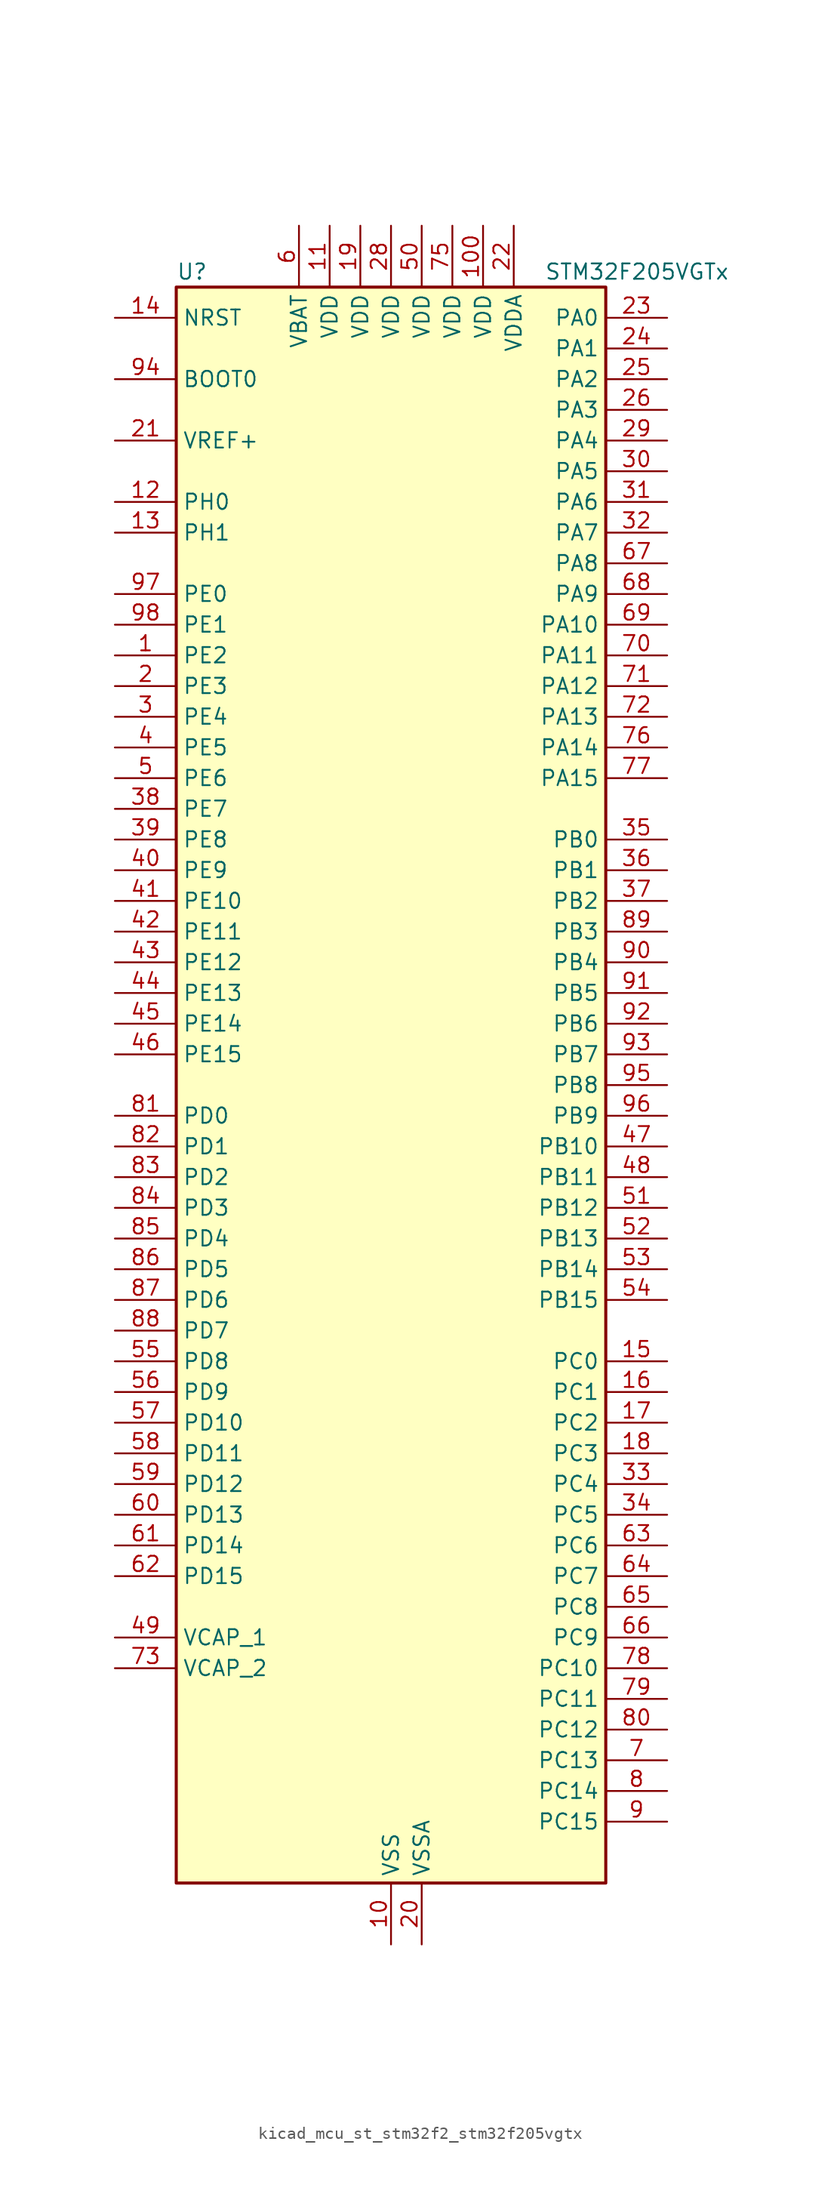
<source format=kicad_sym>
(kicad_symbol_lib
  (version 20220914)
  (generator kicad_symbol_editor)
  (symbol "kicad_mcu_st_stm32f2_stm32f205vgtx"
    (property "Reference" "U"
      (at -17.78 67.31 0)
      (effects (font (size 1.27 1.27)) (justify left)))
    (property "Value" "STM32F205VGTx"
      (at 12.7 67.31 0)
      (effects (font (size 1.27 1.27)) (justify left)))
    (property "ki_locked" ""
      (at 0 0 0)
      (effects (font (size 1.27 1.27))))
    (symbol "kicad_mcu_st_stm32f2_stm32f205vgtx_0_1"
      (rectangle (start -17.78 -66.04) (end 17.78 66.04) (stroke (width 0.254) (type default)) (fill (type background))))
    (symbol "kicad_mcu_st_stm32f2_stm32f205vgtx_1_1"
      (pin bidirectional line (at -22.86 35.56 0) (length 5.08) (name "PE2" (effects (font (size 1.27 1.27)))) (number "1" (effects (font (size 1.27 1.27)))) (alternate "FSMC_A23" bidirectional line) (alternate "SYS_TRACECLK" bidirectional line))
      (pin power_in line (at 0 -71.12 90) (length 5.08) (name "VSS" (effects (font (size 1.27 1.27)))) (number "10" (effects (font (size 1.27 1.27)))))
      (pin power_in line (at 7.62 71.12 270) (length 5.08) (name "VDD" (effects (font (size 1.27 1.27)))) (number "100" (effects (font (size 1.27 1.27)))))
      (pin power_in line (at -5.08 71.12 270) (length 5.08) (name "VDD" (effects (font (size 1.27 1.27)))) (number "11" (effects (font (size 1.27 1.27)))))
      (pin bidirectional line (at -22.86 48.26 0) (length 5.08) (name "PH0" (effects (font (size 1.27 1.27)))) (number "12" (effects (font (size 1.27 1.27)))) (alternate "RCC_OSC_IN" bidirectional line))
      (pin bidirectional line (at -22.86 45.72 0) (length 5.08) (name "PH1" (effects (font (size 1.27 1.27)))) (number "13" (effects (font (size 1.27 1.27)))) (alternate "RCC_OSC_OUT" bidirectional line))
      (pin input line (at -22.86 63.5 0) (length 5.08) (name "NRST" (effects (font (size 1.27 1.27)))) (number "14" (effects (font (size 1.27 1.27)))))
      (pin bidirectional line (at 22.86 -22.86 180) (length 5.08) (name "PC0" (effects (font (size 1.27 1.27)))) (number "15" (effects (font (size 1.27 1.27)))) (alternate "ADC1_IN10" bidirectional line) (alternate "ADC2_IN10" bidirectional line) (alternate "ADC3_IN10" bidirectional line) (alternate "USB_OTG_HS_ULPI_STP" bidirectional line))
      (pin bidirectional line (at 22.86 -25.4 180) (length 5.08) (name "PC1" (effects (font (size 1.27 1.27)))) (number "16" (effects (font (size 1.27 1.27)))) (alternate "ADC1_IN11" bidirectional line) (alternate "ADC2_IN11" bidirectional line) (alternate "ADC3_IN11" bidirectional line))
      (pin bidirectional line (at 22.86 -27.94 180) (length 5.08) (name "PC2" (effects (font (size 1.27 1.27)))) (number "17" (effects (font (size 1.27 1.27)))) (alternate "ADC1_IN12" bidirectional line) (alternate "ADC2_IN12" bidirectional line) (alternate "ADC3_IN12" bidirectional line) (alternate "SPI2_MISO" bidirectional line) (alternate "USB_OTG_HS_ULPI_DIR" bidirectional line))
      (pin bidirectional line (at 22.86 -30.48 180) (length 5.08) (name "PC3" (effects (font (size 1.27 1.27)))) (number "18" (effects (font (size 1.27 1.27)))) (alternate "ADC1_IN13" bidirectional line) (alternate "ADC2_IN13" bidirectional line) (alternate "ADC3_IN13" bidirectional line) (alternate "I2S2_SD" bidirectional line) (alternate "SPI2_MOSI" bidirectional line) (alternate "USB_OTG_HS_ULPI_NXT" bidirectional line))
      (pin power_in line (at -2.54 71.12 270) (length 5.08) (name "VDD" (effects (font (size 1.27 1.27)))) (number "19" (effects (font (size 1.27 1.27)))))
      (pin bidirectional line (at -22.86 33.02 0) (length 5.08) (name "PE3" (effects (font (size 1.27 1.27)))) (number "2" (effects (font (size 1.27 1.27)))) (alternate "FSMC_A19" bidirectional line) (alternate "SYS_TRACED0" bidirectional line))
      (pin power_in line (at 2.54 -71.12 90) (length 5.08) (name "VSSA" (effects (font (size 1.27 1.27)))) (number "20" (effects (font (size 1.27 1.27)))))
      (pin input line (at -22.86 53.34 0) (length 5.08) (name "VREF+" (effects (font (size 1.27 1.27)))) (number "21" (effects (font (size 1.27 1.27)))))
      (pin power_in line (at 10.16 71.12 270) (length 5.08) (name "VDDA" (effects (font (size 1.27 1.27)))) (number "22" (effects (font (size 1.27 1.27)))))
      (pin bidirectional line (at 22.86 63.5 180) (length 5.08) (name "PA0" (effects (font (size 1.27 1.27)))) (number "23" (effects (font (size 1.27 1.27)))) (alternate "ADC1_IN0" bidirectional line) (alternate "ADC2_IN0" bidirectional line) (alternate "ADC3_IN0" bidirectional line) (alternate "SYS_WKUP" bidirectional line) (alternate "TIM2_CH1" bidirectional line) (alternate "TIM2_ETR" bidirectional line) (alternate "TIM5_CH1" bidirectional line) (alternate "TIM8_ETR" bidirectional line) (alternate "UART4_TX" bidirectional line) (alternate "USART2_CTS" bidirectional line))
      (pin bidirectional line (at 22.86 60.96 180) (length 5.08) (name "PA1" (effects (font (size 1.27 1.27)))) (number "24" (effects (font (size 1.27 1.27)))) (alternate "ADC1_IN1" bidirectional line) (alternate "ADC2_IN1" bidirectional line) (alternate "ADC3_IN1" bidirectional line) (alternate "TIM2_CH2" bidirectional line) (alternate "TIM5_CH2" bidirectional line) (alternate "UART4_RX" bidirectional line) (alternate "USART2_RTS" bidirectional line))
      (pin bidirectional line (at 22.86 58.42 180) (length 5.08) (name "PA2" (effects (font (size 1.27 1.27)))) (number "25" (effects (font (size 1.27 1.27)))) (alternate "ADC1_IN2" bidirectional line) (alternate "ADC2_IN2" bidirectional line) (alternate "ADC3_IN2" bidirectional line) (alternate "TIM2_CH3" bidirectional line) (alternate "TIM5_CH3" bidirectional line) (alternate "TIM9_CH1" bidirectional line) (alternate "USART2_TX" bidirectional line))
      (pin bidirectional line (at 22.86 55.88 180) (length 5.08) (name "PA3" (effects (font (size 1.27 1.27)))) (number "26" (effects (font (size 1.27 1.27)))) (alternate "ADC1_IN3" bidirectional line) (alternate "ADC2_IN3" bidirectional line) (alternate "ADC3_IN3" bidirectional line) (alternate "TIM2_CH4" bidirectional line) (alternate "TIM5_CH4" bidirectional line) (alternate "TIM9_CH2" bidirectional line) (alternate "USART2_RX" bidirectional line) (alternate "USB_OTG_HS_ULPI_D0" bidirectional line))
      (pin passive line (at 0 -71.12 90) (length 5.08) hide (name "VSS" (effects (font (size 1.27 1.27)))) (number "27" (effects (font (size 1.27 1.27)))))
      (pin power_in line (at 0 71.12 270) (length 5.08) (name "VDD" (effects (font (size 1.27 1.27)))) (number "28" (effects (font (size 1.27 1.27)))))
      (pin bidirectional line (at 22.86 53.34 180) (length 5.08) (name "PA4" (effects (font (size 1.27 1.27)))) (number "29" (effects (font (size 1.27 1.27)))) (alternate "ADC1_IN4" bidirectional line) (alternate "ADC2_IN4" bidirectional line) (alternate "DAC_OUT1" bidirectional line) (alternate "I2S3_WS" bidirectional line) (alternate "SPI1_NSS" bidirectional line) (alternate "SPI3_NSS" bidirectional line) (alternate "USART2_CK" bidirectional line) (alternate "USB_OTG_HS_SOF" bidirectional line))
      (pin bidirectional line (at -22.86 30.48 0) (length 5.08) (name "PE4" (effects (font (size 1.27 1.27)))) (number "3" (effects (font (size 1.27 1.27)))) (alternate "FSMC_A20" bidirectional line) (alternate "SYS_TRACED1" bidirectional line))
      (pin bidirectional line (at 22.86 50.8 180) (length 5.08) (name "PA5" (effects (font (size 1.27 1.27)))) (number "30" (effects (font (size 1.27 1.27)))) (alternate "ADC1_IN5" bidirectional line) (alternate "ADC2_IN5" bidirectional line) (alternate "DAC_OUT2" bidirectional line) (alternate "SPI1_SCK" bidirectional line) (alternate "TIM2_CH1" bidirectional line) (alternate "TIM2_ETR" bidirectional line) (alternate "TIM8_CH1N" bidirectional line) (alternate "USB_OTG_HS_ULPI_CK" bidirectional line))
      (pin bidirectional line (at 22.86 48.26 180) (length 5.08) (name "PA6" (effects (font (size 1.27 1.27)))) (number "31" (effects (font (size 1.27 1.27)))) (alternate "ADC1_IN6" bidirectional line) (alternate "ADC2_IN6" bidirectional line) (alternate "SPI1_MISO" bidirectional line) (alternate "TIM13_CH1" bidirectional line) (alternate "TIM1_BKIN" bidirectional line) (alternate "TIM3_CH1" bidirectional line) (alternate "TIM8_BKIN" bidirectional line))
      (pin bidirectional line (at 22.86 45.72 180) (length 5.08) (name "PA7" (effects (font (size 1.27 1.27)))) (number "32" (effects (font (size 1.27 1.27)))) (alternate "ADC1_IN7" bidirectional line) (alternate "ADC2_IN7" bidirectional line) (alternate "SPI1_MOSI" bidirectional line) (alternate "TIM14_CH1" bidirectional line) (alternate "TIM1_CH1N" bidirectional line) (alternate "TIM3_CH2" bidirectional line) (alternate "TIM8_CH1N" bidirectional line))
      (pin bidirectional line (at 22.86 -33.02 180) (length 5.08) (name "PC4" (effects (font (size 1.27 1.27)))) (number "33" (effects (font (size 1.27 1.27)))) (alternate "ADC1_IN14" bidirectional line) (alternate "ADC2_IN14" bidirectional line))
      (pin bidirectional line (at 22.86 -35.56 180) (length 5.08) (name "PC5" (effects (font (size 1.27 1.27)))) (number "34" (effects (font (size 1.27 1.27)))) (alternate "ADC1_IN15" bidirectional line) (alternate "ADC2_IN15" bidirectional line))
      (pin bidirectional line (at 22.86 20.32 180) (length 5.08) (name "PB0" (effects (font (size 1.27 1.27)))) (number "35" (effects (font (size 1.27 1.27)))) (alternate "ADC1_IN8" bidirectional line) (alternate "ADC2_IN8" bidirectional line) (alternate "TIM1_CH2N" bidirectional line) (alternate "TIM3_CH3" bidirectional line) (alternate "TIM8_CH2N" bidirectional line) (alternate "USB_OTG_HS_ULPI_D1" bidirectional line))
      (pin bidirectional line (at 22.86 17.78 180) (length 5.08) (name "PB1" (effects (font (size 1.27 1.27)))) (number "36" (effects (font (size 1.27 1.27)))) (alternate "ADC1_IN9" bidirectional line) (alternate "ADC2_IN9" bidirectional line) (alternate "TIM1_CH3N" bidirectional line) (alternate "TIM3_CH4" bidirectional line) (alternate "TIM8_CH3N" bidirectional line) (alternate "USB_OTG_HS_ULPI_D2" bidirectional line))
      (pin bidirectional line (at 22.86 15.24 180) (length 5.08) (name "PB2" (effects (font (size 1.27 1.27)))) (number "37" (effects (font (size 1.27 1.27)))))
      (pin bidirectional line (at -22.86 22.86 0) (length 5.08) (name "PE7" (effects (font (size 1.27 1.27)))) (number "38" (effects (font (size 1.27 1.27)))) (alternate "FSMC_D4" bidirectional line) (alternate "FSMC_DA4" bidirectional line) (alternate "TIM1_ETR" bidirectional line))
      (pin bidirectional line (at -22.86 20.32 0) (length 5.08) (name "PE8" (effects (font (size 1.27 1.27)))) (number "39" (effects (font (size 1.27 1.27)))) (alternate "FSMC_D5" bidirectional line) (alternate "FSMC_DA5" bidirectional line) (alternate "TIM1_CH1N" bidirectional line))
      (pin bidirectional line (at -22.86 27.94 0) (length 5.08) (name "PE5" (effects (font (size 1.27 1.27)))) (number "4" (effects (font (size 1.27 1.27)))) (alternate "FSMC_A21" bidirectional line) (alternate "SYS_TRACED2" bidirectional line) (alternate "TIM9_CH1" bidirectional line))
      (pin bidirectional line (at -22.86 17.78 0) (length 5.08) (name "PE9" (effects (font (size 1.27 1.27)))) (number "40" (effects (font (size 1.27 1.27)))) (alternate "DAC_EXTI9" bidirectional line) (alternate "FSMC_D6" bidirectional line) (alternate "FSMC_DA6" bidirectional line) (alternate "TIM1_CH1" bidirectional line))
      (pin bidirectional line (at -22.86 15.24 0) (length 5.08) (name "PE10" (effects (font (size 1.27 1.27)))) (number "41" (effects (font (size 1.27 1.27)))) (alternate "FSMC_D7" bidirectional line) (alternate "FSMC_DA7" bidirectional line) (alternate "TIM1_CH2N" bidirectional line))
      (pin bidirectional line (at -22.86 12.7 0) (length 5.08) (name "PE11" (effects (font (size 1.27 1.27)))) (number "42" (effects (font (size 1.27 1.27)))) (alternate "ADC1_EXTI11" bidirectional line) (alternate "ADC2_EXTI11" bidirectional line) (alternate "ADC3_EXTI11" bidirectional line) (alternate "FSMC_D8" bidirectional line) (alternate "FSMC_DA8" bidirectional line) (alternate "TIM1_CH2" bidirectional line))
      (pin bidirectional line (at -22.86 10.16 0) (length 5.08) (name "PE12" (effects (font (size 1.27 1.27)))) (number "43" (effects (font (size 1.27 1.27)))) (alternate "FSMC_D9" bidirectional line) (alternate "FSMC_DA9" bidirectional line) (alternate "TIM1_CH3N" bidirectional line))
      (pin bidirectional line (at -22.86 7.62 0) (length 5.08) (name "PE13" (effects (font (size 1.27 1.27)))) (number "44" (effects (font (size 1.27 1.27)))) (alternate "FSMC_D10" bidirectional line) (alternate "FSMC_DA10" bidirectional line) (alternate "TIM1_CH3" bidirectional line))
      (pin bidirectional line (at -22.86 5.08 0) (length 5.08) (name "PE14" (effects (font (size 1.27 1.27)))) (number "45" (effects (font (size 1.27 1.27)))) (alternate "FSMC_D11" bidirectional line) (alternate "FSMC_DA11" bidirectional line) (alternate "TIM1_CH4" bidirectional line))
      (pin bidirectional line (at -22.86 2.54 0) (length 5.08) (name "PE15" (effects (font (size 1.27 1.27)))) (number "46" (effects (font (size 1.27 1.27)))) (alternate "ADC1_EXTI15" bidirectional line) (alternate "ADC2_EXTI15" bidirectional line) (alternate "ADC3_EXTI15" bidirectional line) (alternate "FSMC_D12" bidirectional line) (alternate "FSMC_DA12" bidirectional line) (alternate "TIM1_BKIN" bidirectional line))
      (pin bidirectional line (at 22.86 -5.08 180) (length 5.08) (name "PB10" (effects (font (size 1.27 1.27)))) (number "47" (effects (font (size 1.27 1.27)))) (alternate "I2C2_SCL" bidirectional line) (alternate "I2S2_SCK" bidirectional line) (alternate "SPI2_SCK" bidirectional line) (alternate "TIM2_CH3" bidirectional line) (alternate "USART3_TX" bidirectional line) (alternate "USB_OTG_HS_ULPI_D3" bidirectional line))
      (pin bidirectional line (at 22.86 -7.62 180) (length 5.08) (name "PB11" (effects (font (size 1.27 1.27)))) (number "48" (effects (font (size 1.27 1.27)))) (alternate "ADC1_EXTI11" bidirectional line) (alternate "ADC2_EXTI11" bidirectional line) (alternate "ADC3_EXTI11" bidirectional line) (alternate "I2C2_SDA" bidirectional line) (alternate "TIM2_CH4" bidirectional line) (alternate "USART3_RX" bidirectional line) (alternate "USB_OTG_HS_ULPI_D4" bidirectional line))
      (pin power_out line (at -22.86 -45.72 0) (length 5.08) (name "VCAP_1" (effects (font (size 1.27 1.27)))) (number "49" (effects (font (size 1.27 1.27)))))
      (pin bidirectional line (at -22.86 25.4 0) (length 5.08) (name "PE6" (effects (font (size 1.27 1.27)))) (number "5" (effects (font (size 1.27 1.27)))) (alternate "FSMC_A22" bidirectional line) (alternate "SYS_TRACED3" bidirectional line) (alternate "TIM9_CH2" bidirectional line))
      (pin power_in line (at 2.54 71.12 270) (length 5.08) (name "VDD" (effects (font (size 1.27 1.27)))) (number "50" (effects (font (size 1.27 1.27)))))
      (pin bidirectional line (at 22.86 -10.16 180) (length 5.08) (name "PB12" (effects (font (size 1.27 1.27)))) (number "51" (effects (font (size 1.27 1.27)))) (alternate "CAN2_RX" bidirectional line) (alternate "I2C2_SMBA" bidirectional line) (alternate "I2S2_WS" bidirectional line) (alternate "SPI2_NSS" bidirectional line) (alternate "TIM1_BKIN" bidirectional line) (alternate "USART3_CK" bidirectional line) (alternate "USB_OTG_HS_ID" bidirectional line) (alternate "USB_OTG_HS_ULPI_D5" bidirectional line))
      (pin bidirectional line (at 22.86 -12.7 180) (length 5.08) (name "PB13" (effects (font (size 1.27 1.27)))) (number "52" (effects (font (size 1.27 1.27)))) (alternate "CAN2_TX" bidirectional line) (alternate "I2S2_SCK" bidirectional line) (alternate "SPI2_SCK" bidirectional line) (alternate "TIM1_CH1N" bidirectional line) (alternate "USART3_CTS" bidirectional line) (alternate "USB_OTG_HS_ULPI_D6" bidirectional line) (alternate "USB_OTG_HS_VBUS" bidirectional line))
      (pin bidirectional line (at 22.86 -15.24 180) (length 5.08) (name "PB14" (effects (font (size 1.27 1.27)))) (number "53" (effects (font (size 1.27 1.27)))) (alternate "SPI2_MISO" bidirectional line) (alternate "TIM12_CH1" bidirectional line) (alternate "TIM1_CH2N" bidirectional line) (alternate "TIM8_CH2N" bidirectional line) (alternate "USART3_RTS" bidirectional line) (alternate "USB_OTG_HS_DM" bidirectional line))
      (pin bidirectional line (at 22.86 -17.78 180) (length 5.08) (name "PB15" (effects (font (size 1.27 1.27)))) (number "54" (effects (font (size 1.27 1.27)))) (alternate "ADC1_EXTI15" bidirectional line) (alternate "ADC2_EXTI15" bidirectional line) (alternate "ADC3_EXTI15" bidirectional line) (alternate "I2S2_SD" bidirectional line) (alternate "RTC_REFIN" bidirectional line) (alternate "SPI2_MOSI" bidirectional line) (alternate "TIM12_CH2" bidirectional line) (alternate "TIM1_CH3N" bidirectional line) (alternate "TIM8_CH3N" bidirectional line) (alternate "USB_OTG_HS_DP" bidirectional line))
      (pin bidirectional line (at -22.86 -22.86 0) (length 5.08) (name "PD8" (effects (font (size 1.27 1.27)))) (number "55" (effects (font (size 1.27 1.27)))) (alternate "FSMC_D13" bidirectional line) (alternate "FSMC_DA13" bidirectional line) (alternate "USART3_TX" bidirectional line))
      (pin bidirectional line (at -22.86 -25.4 0) (length 5.08) (name "PD9" (effects (font (size 1.27 1.27)))) (number "56" (effects (font (size 1.27 1.27)))) (alternate "DAC_EXTI9" bidirectional line) (alternate "FSMC_D14" bidirectional line) (alternate "FSMC_DA14" bidirectional line) (alternate "USART3_RX" bidirectional line))
      (pin bidirectional line (at -22.86 -27.94 0) (length 5.08) (name "PD10" (effects (font (size 1.27 1.27)))) (number "57" (effects (font (size 1.27 1.27)))) (alternate "FSMC_D15" bidirectional line) (alternate "FSMC_DA15" bidirectional line) (alternate "USART3_CK" bidirectional line))
      (pin bidirectional line (at -22.86 -30.48 0) (length 5.08) (name "PD11" (effects (font (size 1.27 1.27)))) (number "58" (effects (font (size 1.27 1.27)))) (alternate "ADC1_EXTI11" bidirectional line) (alternate "ADC2_EXTI11" bidirectional line) (alternate "ADC3_EXTI11" bidirectional line) (alternate "FSMC_A16" bidirectional line) (alternate "FSMC_CLE" bidirectional line) (alternate "USART3_CTS" bidirectional line))
      (pin bidirectional line (at -22.86 -33.02 0) (length 5.08) (name "PD12" (effects (font (size 1.27 1.27)))) (number "59" (effects (font (size 1.27 1.27)))) (alternate "FSMC_A17" bidirectional line) (alternate "FSMC_ALE" bidirectional line) (alternate "TIM4_CH1" bidirectional line) (alternate "USART3_RTS" bidirectional line))
      (pin power_in line (at -7.62 71.12 270) (length 5.08) (name "VBAT" (effects (font (size 1.27 1.27)))) (number "6" (effects (font (size 1.27 1.27)))))
      (pin bidirectional line (at -22.86 -35.56 0) (length 5.08) (name "PD13" (effects (font (size 1.27 1.27)))) (number "60" (effects (font (size 1.27 1.27)))) (alternate "FSMC_A18" bidirectional line) (alternate "TIM4_CH2" bidirectional line))
      (pin bidirectional line (at -22.86 -38.1 0) (length 5.08) (name "PD14" (effects (font (size 1.27 1.27)))) (number "61" (effects (font (size 1.27 1.27)))) (alternate "FSMC_D0" bidirectional line) (alternate "FSMC_DA0" bidirectional line) (alternate "TIM4_CH3" bidirectional line))
      (pin bidirectional line (at -22.86 -40.64 0) (length 5.08) (name "PD15" (effects (font (size 1.27 1.27)))) (number "62" (effects (font (size 1.27 1.27)))) (alternate "ADC1_EXTI15" bidirectional line) (alternate "ADC2_EXTI15" bidirectional line) (alternate "ADC3_EXTI15" bidirectional line) (alternate "FSMC_D1" bidirectional line) (alternate "FSMC_DA1" bidirectional line) (alternate "TIM4_CH4" bidirectional line))
      (pin bidirectional line (at 22.86 -38.1 180) (length 5.08) (name "PC6" (effects (font (size 1.27 1.27)))) (number "63" (effects (font (size 1.27 1.27)))) (alternate "I2S2_MCK" bidirectional line) (alternate "SDIO_D6" bidirectional line) (alternate "TIM3_CH1" bidirectional line) (alternate "TIM8_CH1" bidirectional line) (alternate "USART6_TX" bidirectional line))
      (pin bidirectional line (at 22.86 -40.64 180) (length 5.08) (name "PC7" (effects (font (size 1.27 1.27)))) (number "64" (effects (font (size 1.27 1.27)))) (alternate "I2S3_MCK" bidirectional line) (alternate "SDIO_D7" bidirectional line) (alternate "TIM3_CH2" bidirectional line) (alternate "TIM8_CH2" bidirectional line) (alternate "USART6_RX" bidirectional line))
      (pin bidirectional line (at 22.86 -43.18 180) (length 5.08) (name "PC8" (effects (font (size 1.27 1.27)))) (number "65" (effects (font (size 1.27 1.27)))) (alternate "SDIO_D0" bidirectional line) (alternate "TIM3_CH3" bidirectional line) (alternate "TIM8_CH3" bidirectional line) (alternate "USART6_CK" bidirectional line))
      (pin bidirectional line (at 22.86 -45.72 180) (length 5.08) (name "PC9" (effects (font (size 1.27 1.27)))) (number "66" (effects (font (size 1.27 1.27)))) (alternate "DAC_EXTI9" bidirectional line) (alternate "I2C3_SDA" bidirectional line) (alternate "I2S_CKIN" bidirectional line) (alternate "RCC_MCO_2" bidirectional line) (alternate "SDIO_D1" bidirectional line) (alternate "TIM3_CH4" bidirectional line) (alternate "TIM8_CH4" bidirectional line))
      (pin bidirectional line (at 22.86 43.18 180) (length 5.08) (name "PA8" (effects (font (size 1.27 1.27)))) (number "67" (effects (font (size 1.27 1.27)))) (alternate "I2C3_SCL" bidirectional line) (alternate "RCC_MCO_1" bidirectional line) (alternate "TIM1_CH1" bidirectional line) (alternate "USART1_CK" bidirectional line) (alternate "USB_OTG_FS_SOF" bidirectional line))
      (pin bidirectional line (at 22.86 40.64 180) (length 5.08) (name "PA9" (effects (font (size 1.27 1.27)))) (number "68" (effects (font (size 1.27 1.27)))) (alternate "DAC_EXTI9" bidirectional line) (alternate "I2C3_SMBA" bidirectional line) (alternate "TIM1_CH2" bidirectional line) (alternate "USART1_TX" bidirectional line) (alternate "USB_OTG_FS_VBUS" bidirectional line))
      (pin bidirectional line (at 22.86 38.1 180) (length 5.08) (name "PA10" (effects (font (size 1.27 1.27)))) (number "69" (effects (font (size 1.27 1.27)))) (alternate "TIM1_CH3" bidirectional line) (alternate "USART1_RX" bidirectional line) (alternate "USB_OTG_FS_ID" bidirectional line))
      (pin bidirectional line (at 22.86 -55.88 180) (length 5.08) (name "PC13" (effects (font (size 1.27 1.27)))) (number "7" (effects (font (size 1.27 1.27)))) (alternate "RTC_AF1" bidirectional line))
      (pin bidirectional line (at 22.86 35.56 180) (length 5.08) (name "PA11" (effects (font (size 1.27 1.27)))) (number "70" (effects (font (size 1.27 1.27)))) (alternate "ADC1_EXTI11" bidirectional line) (alternate "ADC2_EXTI11" bidirectional line) (alternate "ADC3_EXTI11" bidirectional line) (alternate "CAN1_RX" bidirectional line) (alternate "TIM1_CH4" bidirectional line) (alternate "USART1_CTS" bidirectional line) (alternate "USB_OTG_FS_DM" bidirectional line))
      (pin bidirectional line (at 22.86 33.02 180) (length 5.08) (name "PA12" (effects (font (size 1.27 1.27)))) (number "71" (effects (font (size 1.27 1.27)))) (alternate "CAN1_TX" bidirectional line) (alternate "TIM1_ETR" bidirectional line) (alternate "USART1_RTS" bidirectional line) (alternate "USB_OTG_FS_DP" bidirectional line))
      (pin bidirectional line (at 22.86 30.48 180) (length 5.08) (name "PA13" (effects (font (size 1.27 1.27)))) (number "72" (effects (font (size 1.27 1.27)))) (alternate "SYS_JTMS-SWDIO" bidirectional line))
      (pin power_out line (at -22.86 -48.26 0) (length 5.08) (name "VCAP_2" (effects (font (size 1.27 1.27)))) (number "73" (effects (font (size 1.27 1.27)))))
      (pin passive line (at 0 -71.12 90) (length 5.08) hide (name "VSS" (effects (font (size 1.27 1.27)))) (number "74" (effects (font (size 1.27 1.27)))))
      (pin power_in line (at 5.08 71.12 270) (length 5.08) (name "VDD" (effects (font (size 1.27 1.27)))) (number "75" (effects (font (size 1.27 1.27)))))
      (pin bidirectional line (at 22.86 27.94 180) (length 5.08) (name "PA14" (effects (font (size 1.27 1.27)))) (number "76" (effects (font (size 1.27 1.27)))) (alternate "SYS_JTCK-SWCLK" bidirectional line))
      (pin bidirectional line (at 22.86 25.4 180) (length 5.08) (name "PA15" (effects (font (size 1.27 1.27)))) (number "77" (effects (font (size 1.27 1.27)))) (alternate "ADC1_EXTI15" bidirectional line) (alternate "ADC2_EXTI15" bidirectional line) (alternate "ADC3_EXTI15" bidirectional line) (alternate "I2S3_WS" bidirectional line) (alternate "SPI1_NSS" bidirectional line) (alternate "SPI3_NSS" bidirectional line) (alternate "SYS_JTDI" bidirectional line) (alternate "TIM2_CH1" bidirectional line) (alternate "TIM2_ETR" bidirectional line))
      (pin bidirectional line (at 22.86 -48.26 180) (length 5.08) (name "PC10" (effects (font (size 1.27 1.27)))) (number "78" (effects (font (size 1.27 1.27)))) (alternate "I2S3_SCK" bidirectional line) (alternate "SDIO_D2" bidirectional line) (alternate "SPI3_SCK" bidirectional line) (alternate "UART4_TX" bidirectional line) (alternate "USART3_TX" bidirectional line))
      (pin bidirectional line (at 22.86 -50.8 180) (length 5.08) (name "PC11" (effects (font (size 1.27 1.27)))) (number "79" (effects (font (size 1.27 1.27)))) (alternate "ADC1_EXTI11" bidirectional line) (alternate "ADC2_EXTI11" bidirectional line) (alternate "ADC3_EXTI11" bidirectional line) (alternate "SDIO_D3" bidirectional line) (alternate "SPI3_MISO" bidirectional line) (alternate "UART4_RX" bidirectional line) (alternate "USART3_RX" bidirectional line))
      (pin bidirectional line (at 22.86 -58.42 180) (length 5.08) (name "PC14" (effects (font (size 1.27 1.27)))) (number "8" (effects (font (size 1.27 1.27)))) (alternate "RCC_OSC32_IN" bidirectional line))
      (pin bidirectional line (at 22.86 -53.34 180) (length 5.08) (name "PC12" (effects (font (size 1.27 1.27)))) (number "80" (effects (font (size 1.27 1.27)))) (alternate "I2S3_SD" bidirectional line) (alternate "SDIO_CK" bidirectional line) (alternate "SPI3_MOSI" bidirectional line) (alternate "UART5_TX" bidirectional line) (alternate "USART3_CK" bidirectional line))
      (pin bidirectional line (at -22.86 -2.54 0) (length 5.08) (name "PD0" (effects (font (size 1.27 1.27)))) (number "81" (effects (font (size 1.27 1.27)))) (alternate "CAN1_RX" bidirectional line) (alternate "FSMC_D2" bidirectional line) (alternate "FSMC_DA2" bidirectional line))
      (pin bidirectional line (at -22.86 -5.08 0) (length 5.08) (name "PD1" (effects (font (size 1.27 1.27)))) (number "82" (effects (font (size 1.27 1.27)))) (alternate "CAN1_TX" bidirectional line) (alternate "FSMC_D3" bidirectional line) (alternate "FSMC_DA3" bidirectional line))
      (pin bidirectional line (at -22.86 -7.62 0) (length 5.08) (name "PD2" (effects (font (size 1.27 1.27)))) (number "83" (effects (font (size 1.27 1.27)))) (alternate "SDIO_CMD" bidirectional line) (alternate "TIM3_ETR" bidirectional line) (alternate "UART5_RX" bidirectional line))
      (pin bidirectional line (at -22.86 -10.16 0) (length 5.08) (name "PD3" (effects (font (size 1.27 1.27)))) (number "84" (effects (font (size 1.27 1.27)))) (alternate "FSMC_CLK" bidirectional line) (alternate "USART2_CTS" bidirectional line))
      (pin bidirectional line (at -22.86 -12.7 0) (length 5.08) (name "PD4" (effects (font (size 1.27 1.27)))) (number "85" (effects (font (size 1.27 1.27)))) (alternate "FSMC_NOE" bidirectional line) (alternate "USART2_RTS" bidirectional line))
      (pin bidirectional line (at -22.86 -15.24 0) (length 5.08) (name "PD5" (effects (font (size 1.27 1.27)))) (number "86" (effects (font (size 1.27 1.27)))) (alternate "FSMC_NWE" bidirectional line) (alternate "USART2_TX" bidirectional line))
      (pin bidirectional line (at -22.86 -17.78 0) (length 5.08) (name "PD6" (effects (font (size 1.27 1.27)))) (number "87" (effects (font (size 1.27 1.27)))) (alternate "FSMC_NWAIT" bidirectional line) (alternate "USART2_RX" bidirectional line))
      (pin bidirectional line (at -22.86 -20.32 0) (length 5.08) (name "PD7" (effects (font (size 1.27 1.27)))) (number "88" (effects (font (size 1.27 1.27)))) (alternate "FSMC_NCE2" bidirectional line) (alternate "FSMC_NE1" bidirectional line) (alternate "USART2_CK" bidirectional line))
      (pin bidirectional line (at 22.86 12.7 180) (length 5.08) (name "PB3" (effects (font (size 1.27 1.27)))) (number "89" (effects (font (size 1.27 1.27)))) (alternate "I2S3_SCK" bidirectional line) (alternate "SPI1_SCK" bidirectional line) (alternate "SPI3_SCK" bidirectional line) (alternate "SYS_JTDO-SWO" bidirectional line) (alternate "TIM2_CH2" bidirectional line))
      (pin bidirectional line (at 22.86 -60.96 180) (length 5.08) (name "PC15" (effects (font (size 1.27 1.27)))) (number "9" (effects (font (size 1.27 1.27)))) (alternate "ADC1_EXTI15" bidirectional line) (alternate "ADC2_EXTI15" bidirectional line) (alternate "ADC3_EXTI15" bidirectional line) (alternate "RCC_OSC32_OUT" bidirectional line))
      (pin bidirectional line (at 22.86 10.16 180) (length 5.08) (name "PB4" (effects (font (size 1.27 1.27)))) (number "90" (effects (font (size 1.27 1.27)))) (alternate "SPI1_MISO" bidirectional line) (alternate "SPI3_MISO" bidirectional line) (alternate "SYS_JTRST" bidirectional line) (alternate "TIM3_CH1" bidirectional line))
      (pin bidirectional line (at 22.86 7.62 180) (length 5.08) (name "PB5" (effects (font (size 1.27 1.27)))) (number "91" (effects (font (size 1.27 1.27)))) (alternate "CAN2_RX" bidirectional line) (alternate "I2C1_SMBA" bidirectional line) (alternate "I2S3_SD" bidirectional line) (alternate "SPI1_MOSI" bidirectional line) (alternate "SPI3_MOSI" bidirectional line) (alternate "TIM3_CH2" bidirectional line) (alternate "USB_OTG_HS_ULPI_D7" bidirectional line))
      (pin bidirectional line (at 22.86 5.08 180) (length 5.08) (name "PB6" (effects (font (size 1.27 1.27)))) (number "92" (effects (font (size 1.27 1.27)))) (alternate "CAN2_TX" bidirectional line) (alternate "I2C1_SCL" bidirectional line) (alternate "TIM4_CH1" bidirectional line) (alternate "USART1_TX" bidirectional line))
      (pin bidirectional line (at 22.86 2.54 180) (length 5.08) (name "PB7" (effects (font (size 1.27 1.27)))) (number "93" (effects (font (size 1.27 1.27)))) (alternate "FSMC_NL" bidirectional line) (alternate "I2C1_SDA" bidirectional line) (alternate "TIM4_CH2" bidirectional line) (alternate "USART1_RX" bidirectional line))
      (pin input line (at -22.86 58.42 0) (length 5.08) (name "BOOT0" (effects (font (size 1.27 1.27)))) (number "94" (effects (font (size 1.27 1.27)))))
      (pin bidirectional line (at 22.86 0 180) (length 5.08) (name "PB8" (effects (font (size 1.27 1.27)))) (number "95" (effects (font (size 1.27 1.27)))) (alternate "CAN1_RX" bidirectional line) (alternate "I2C1_SCL" bidirectional line) (alternate "SDIO_D4" bidirectional line) (alternate "TIM10_CH1" bidirectional line) (alternate "TIM4_CH3" bidirectional line))
      (pin bidirectional line (at 22.86 -2.54 180) (length 5.08) (name "PB9" (effects (font (size 1.27 1.27)))) (number "96" (effects (font (size 1.27 1.27)))) (alternate "CAN1_TX" bidirectional line) (alternate "DAC_EXTI9" bidirectional line) (alternate "I2C1_SDA" bidirectional line) (alternate "I2S2_WS" bidirectional line) (alternate "SDIO_D5" bidirectional line) (alternate "SPI2_NSS" bidirectional line) (alternate "TIM11_CH1" bidirectional line) (alternate "TIM4_CH4" bidirectional line))
      (pin bidirectional line (at -22.86 40.64 0) (length 5.08) (name "PE0" (effects (font (size 1.27 1.27)))) (number "97" (effects (font (size 1.27 1.27)))) (alternate "FSMC_NBL0" bidirectional line) (alternate "TIM4_ETR" bidirectional line))
      (pin bidirectional line (at -22.86 38.1 0) (length 5.08) (name "PE1" (effects (font (size 1.27 1.27)))) (number "98" (effects (font (size 1.27 1.27)))) (alternate "FSMC_NBL1" bidirectional line))
      (pin no_connect line (at -17.78 -66.04 0) (length 5.08) hide (name "RFU" (effects (font (size 1.27 1.27)))) (number "99" (effects (font (size 1.27 1.27))))))))
</source>
